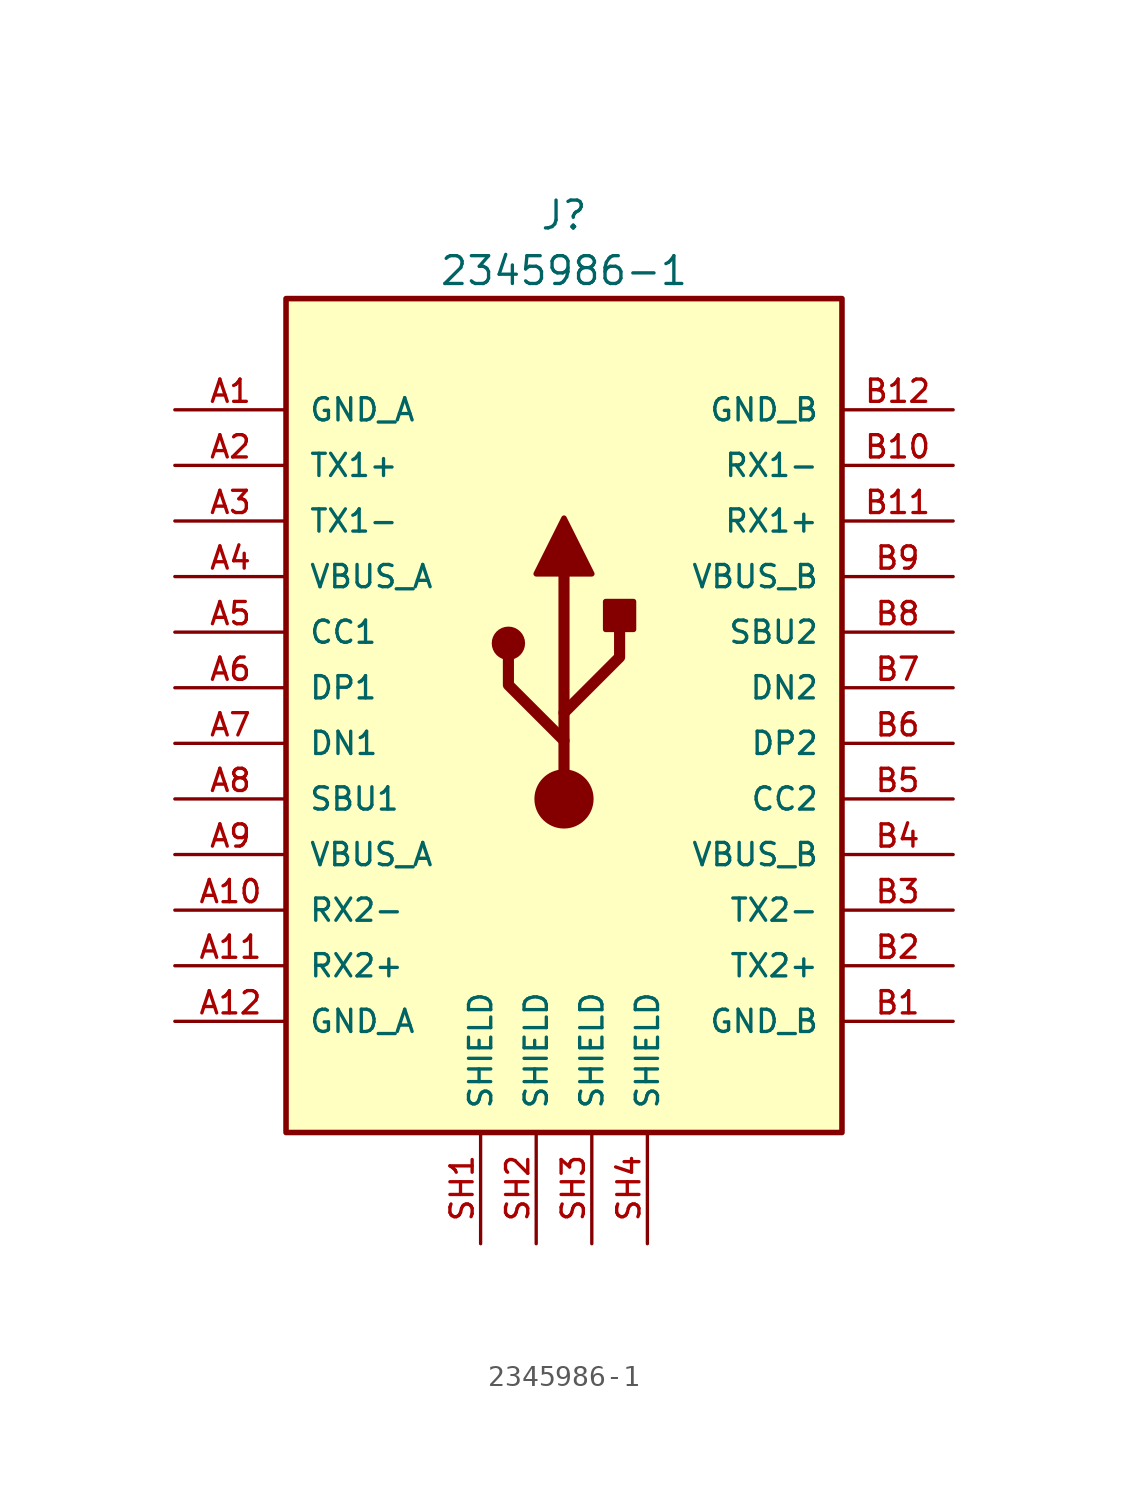
<source format=kicad_sym>
(kicad_symbol_lib
  (version 20241209)
  (generator "kicad_symbol_editor")
  (generator_version "9.0")
  (symbol "2345986-1"
    (pin_names
      (offset 1.016))
    (property "Reference" "J"
      (at 0 8.89 0)
      (effects (font (size 1.27 1.27))))
    (property "Value" "2345986-1"
      (at 0 6.35 0)
      (effects (font (size 1.27 1.27))))
    (symbol "2345986-1_0_0"
      (pin power_in line (at -17.78 0 0) (length 5.08) (name "GND_A" (effects (font (size 1.016 1.016)))) (number "A1" (effects (font (size 1.016 1.016)))))
      (pin bidirectional line (at -17.78 -2.54 0) (length 5.08) (name "TX1+" (effects (font (size 1.016 1.016)))) (number "A2" (effects (font (size 1.016 1.016)))))
      (pin bidirectional line (at -17.78 -5.08 0) (length 5.08) (name "TX1-" (effects (font (size 1.016 1.016)))) (number "A3" (effects (font (size 1.016 1.016)))))
      (pin power_in line (at -17.78 -7.62 0) (length 5.08) (name "VBUS_A" (effects (font (size 1.016 1.016)))) (number "A4" (effects (font (size 1.016 1.016)))))
      (pin bidirectional line (at -17.78 -10.16 0) (length 5.08) (name "CC1" (effects (font (size 1.016 1.016)))) (number "A5" (effects (font (size 1.016 1.016)))))
      (pin bidirectional line (at -17.78 -12.7 0) (length 5.08) (name "DP1" (effects (font (size 1.016 1.016)))) (number "A6" (effects (font (size 1.016 1.016)))))
      (pin bidirectional line (at -17.78 -15.24 0) (length 5.08) (name "DN1" (effects (font (size 1.016 1.016)))) (number "A7" (effects (font (size 1.016 1.016)))))
      (pin bidirectional line (at -17.78 -17.78 0) (length 5.08) (name "SBU1" (effects (font (size 1.016 1.016)))) (number "A8" (effects (font (size 1.016 1.016)))))
      (pin power_in line (at -17.78 -20.32 0) (length 5.08) (name "VBUS_A" (effects (font (size 1.016 1.016)))) (number "A9" (effects (font (size 1.016 1.016)))))
      (pin bidirectional line (at -17.78 -22.86 0) (length 5.08) (name "RX2-" (effects (font (size 1.016 1.016)))) (number "A10" (effects (font (size 1.016 1.016)))))
      (pin bidirectional line (at -17.78 -25.4 0) (length 5.08) (name "RX2+" (effects (font (size 1.016 1.016)))) (number "A11" (effects (font (size 1.016 1.016)))))
      (pin power_in line (at -17.78 -27.94 0) (length 5.08) (name "GND_A" (effects (font (size 1.016 1.016)))) (number "A12" (effects (font (size 1.016 1.016)))))
      (pin power_in line (at 17.78 0 180) (length 5.08) (name "GND_B" (effects (font (size 1.016 1.016)))) (number "B12" (effects (font (size 1.016 1.016)))))
      (pin bidirectional line (at 17.78 -2.54 180) (length 5.08) (name "RX1-" (effects (font (size 1.016 1.016)))) (number "B10" (effects (font (size 1.016 1.016)))))
      (pin bidirectional line (at 17.78 -5.08 180) (length 5.08) (name "RX1+" (effects (font (size 1.016 1.016)))) (number "B11" (effects (font (size 1.016 1.016)))))
      (pin power_in line (at 17.78 -7.62 180) (length 5.08) (name "VBUS_B" (effects (font (size 1.016 1.016)))) (number "B9" (effects (font (size 1.016 1.016)))))
      (pin bidirectional line (at 17.78 -10.16 180) (length 5.08) (name "SBU2" (effects (font (size 1.016 1.016)))) (number "B8" (effects (font (size 1.016 1.016)))))
      (pin bidirectional line (at 17.78 -12.7 180) (length 5.08) (name "DN2" (effects (font (size 1.016 1.016)))) (number "B7" (effects (font (size 1.016 1.016)))))
      (pin bidirectional line (at 17.78 -15.24 180) (length 5.08) (name "DP2" (effects (font (size 1.016 1.016)))) (number "B6" (effects (font (size 1.016 1.016)))))
      (pin bidirectional line (at 17.78 -17.78 180) (length 5.08) (name "CC2" (effects (font (size 1.016 1.016)))) (number "B5" (effects (font (size 1.016 1.016)))))
      (pin power_in line (at 17.78 -20.32 180) (length 5.08) (name "VBUS_B" (effects (font (size 1.016 1.016)))) (number "B4" (effects (font (size 1.016 1.016)))))
      (pin bidirectional line (at 17.78 -22.86 180) (length 5.08) (name "TX2-" (effects (font (size 1.016 1.016)))) (number "B3" (effects (font (size 1.016 1.016)))))
      (pin bidirectional line (at 17.78 -25.4 180) (length 5.08) (name "TX2+" (effects (font (size 1.016 1.016)))) (number "B2" (effects (font (size 1.016 1.016)))))
      (pin power_in line (at 17.78 -27.94 180) (length 5.08) (name "GND_B" (effects (font (size 1.016 1.016)))) (number "B1" (effects (font (size 1.016 1.016))))))
    (symbol "2345986-1_0_1"
      (circle (center -2.54 -10.668) (radius 0.635) (stroke (width 0.254) (type default)) (fill (type outline)))
      (polyline (pts (xy -1.27 -7.493) (xy 0 -4.953) (xy 1.27 -7.493) (xy -1.27 -7.493)) (stroke (width 0.254) (type default)) (fill (type outline)))
      (polyline (pts (xy 0 -13.843) (xy 2.54 -11.303) (xy 2.54 -10.033)) (stroke (width 0.508) (type default)) (fill (type none)))
      (polyline (pts (xy 0 -15.113) (xy -2.54 -12.573) (xy -2.54 -11.303)) (stroke (width 0.508) (type default)) (fill (type none)))
      (polyline (pts (xy 0 -17.78) (xy 0 -7.62)) (stroke (width 0.508) (type default)) (fill (type none)))
      (circle (center 0 -17.78) (radius 1.276) (stroke (width 0) (type default)) (fill (type outline)))
      (rectangle (start 1.905 -10.033) (end 3.175 -8.763) (stroke (width 0.254) (type default)) (fill (type outline))))
    (symbol "2345986-1_1_0"
      (rectangle (start -12.7 5.08) (end 12.7 -33.02) (stroke (width 0.254) (type solid)) (fill (type background)))
      (pin power_in line (at -3.81 -38.1 90) (length 5.08) (name "SHIELD" (effects (font (size 1.016 1.016)))) (number "SH1" (effects (font (size 1.016 1.016)))))
      (pin power_in line (at -1.27 -38.1 90) (length 5.08) (name "SHIELD" (effects (font (size 1.016 1.016)))) (number "SH2" (effects (font (size 1.016 1.016)))))
      (pin power_in line (at 1.27 -38.1 90) (length 5.08) (name "SHIELD" (effects (font (size 1.016 1.016)))) (number "SH3" (effects (font (size 1.016 1.016)))))
      (pin power_in line (at 3.81 -38.1 90) (length 5.08) (name "SHIELD" (effects (font (size 1.016 1.016)))) (number "SH4" (effects (font (size 1.016 1.016))))))))
</source>
